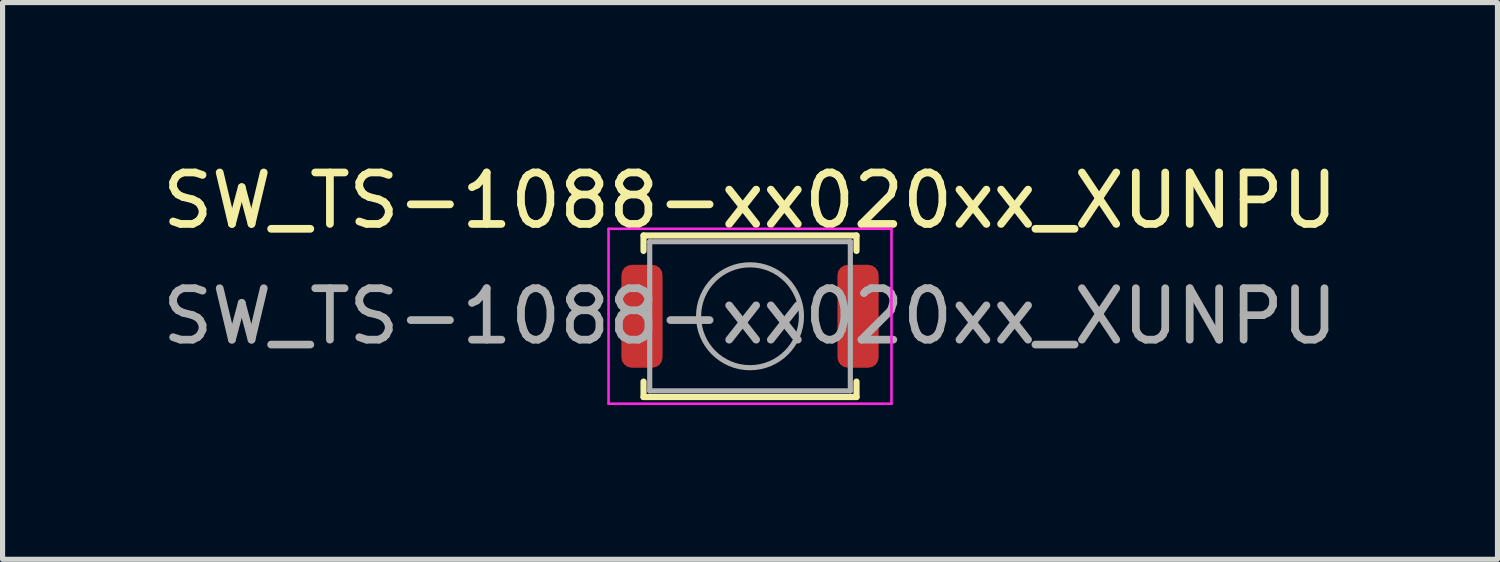
<source format=kicad_pcb>
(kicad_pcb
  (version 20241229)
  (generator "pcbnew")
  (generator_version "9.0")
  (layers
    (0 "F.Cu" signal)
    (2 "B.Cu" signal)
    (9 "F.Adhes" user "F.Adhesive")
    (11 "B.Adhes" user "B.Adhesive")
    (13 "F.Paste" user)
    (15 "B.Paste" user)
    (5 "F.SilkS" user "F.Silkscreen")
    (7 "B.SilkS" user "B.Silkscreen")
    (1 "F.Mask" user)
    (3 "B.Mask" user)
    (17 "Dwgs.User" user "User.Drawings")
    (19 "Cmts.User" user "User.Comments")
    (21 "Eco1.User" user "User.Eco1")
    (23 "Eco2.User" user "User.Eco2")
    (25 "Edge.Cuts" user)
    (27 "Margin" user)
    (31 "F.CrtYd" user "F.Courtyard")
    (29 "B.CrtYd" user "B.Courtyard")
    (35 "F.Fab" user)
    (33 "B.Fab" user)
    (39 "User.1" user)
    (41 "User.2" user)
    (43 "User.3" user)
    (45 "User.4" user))
  (footprint "SW_TS-1088-xx020xx_XUNPU"
    (layer "F.Cu")
    (at 11.53 3.098)
    (property "Reference" "SW_TS-1088-xx020xx_XUNPU" (at 0 -2.25 0) (layer "F.SilkS") (effects (font (size 1 1) (thickness 0.15))))
    (attr smd)
    (fp_line (start -2.07 -1.57) (end 2.07 -1.57) (stroke (width 0.12) (type solid)) (layer "F.SilkS"))
    (fp_line (start -2.07 -1.27) (end -2.07 -1.57) (stroke (width 0.12) (type solid)) (layer "F.SilkS"))
    (fp_line (start -2.07 1.57) (end -2.07 1.27) (stroke (width 0.12) (type solid)) (layer "F.SilkS"))
    (fp_line (start 2.07 -1.57) (end 2.07 -1.27) (stroke (width 0.12) (type solid)) (layer "F.SilkS"))
    (fp_line (start 2.07 1.27) (end 2.07 1.57) (stroke (width 0.12) (type solid)) (layer "F.SilkS"))
    (fp_line (start 2.07 1.57) (end -2.07 1.57) (stroke (width 0.12) (type solid)) (layer "F.SilkS"))
    (fp_line (start -2.75 -1.7) (end 2.75 -1.7) (stroke (width 0.05) (type solid)) (layer "F.CrtYd"))
    (fp_line (start -2.75 1.7) (end -2.75 -1.7) (stroke (width 0.05) (type solid)) (layer "F.CrtYd"))
    (fp_line (start 2.75 -1.7) (end 2.75 1.7) (stroke (width 0.05) (type solid)) (layer "F.CrtYd"))
    (fp_line (start 2.75 1.7) (end -2.75 1.7) (stroke (width 0.05) (type solid)) (layer "F.CrtYd"))
    (fp_line (start -1.95 -1.45) (end 1.95 -1.45) (stroke (width 0.1) (type solid)) (layer "F.Fab"))
    (fp_line (start -1.95 1.45) (end -1.95 -1.45) (stroke (width 0.1) (type solid)) (layer "F.Fab"))
    (fp_line (start 1.95 -1.45) (end 1.95 1.45) (stroke (width 0.1) (type solid)) (layer "F.Fab"))
    (fp_line (start 1.95 1.45) (end -1.95 1.45) (stroke (width 0.1) (type solid)) (layer "F.Fab"))
    (fp_circle (center 0 0) (end 1 0) (stroke (width 0.1) (type solid)) (fill no) (layer "F.Fab"))
    (fp_text user "${REFERENCE}" (at 0 0 0) (layer "F.Fab") (effects (font (size 1 1) (thickness 0.15))))
    (pad "1" smd roundrect (at -2.1 0) (size 0.8 2) (layers "F.Cu" "F.Mask" "F.Paste") (roundrect_rratio 0.25))
    (pad "2" smd roundrect (at 2.1 0) (size 0.8 2) (layers "F.Cu" "F.Mask" "F.Paste") (roundrect_rratio 0.25)))
  (gr_rect
    (start -3 -3)
    (end 26.06 7.823)
    (stroke (width 0.1) (type default))
    (fill no)
    (layer "Edge.Cuts")))
</source>
